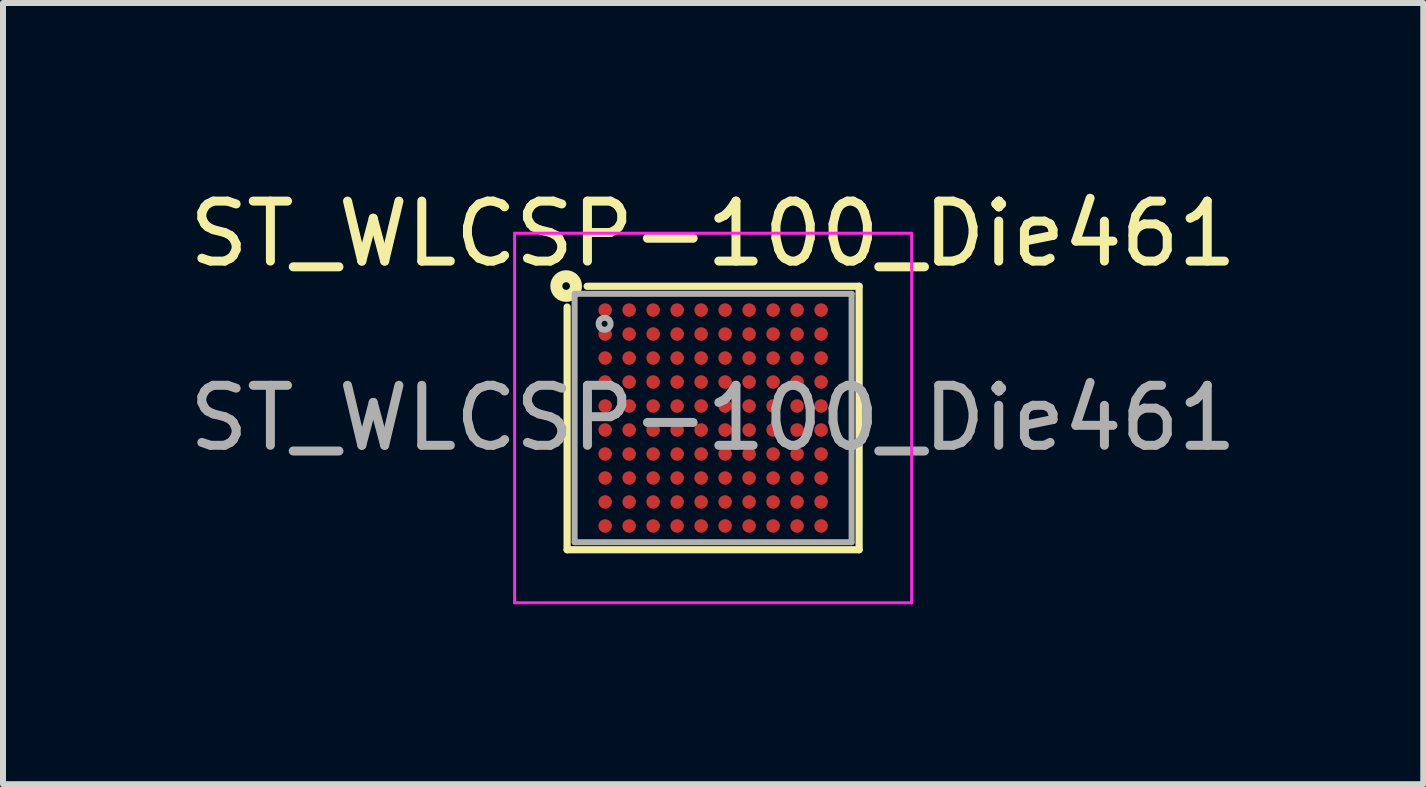
<source format=kicad_pcb>
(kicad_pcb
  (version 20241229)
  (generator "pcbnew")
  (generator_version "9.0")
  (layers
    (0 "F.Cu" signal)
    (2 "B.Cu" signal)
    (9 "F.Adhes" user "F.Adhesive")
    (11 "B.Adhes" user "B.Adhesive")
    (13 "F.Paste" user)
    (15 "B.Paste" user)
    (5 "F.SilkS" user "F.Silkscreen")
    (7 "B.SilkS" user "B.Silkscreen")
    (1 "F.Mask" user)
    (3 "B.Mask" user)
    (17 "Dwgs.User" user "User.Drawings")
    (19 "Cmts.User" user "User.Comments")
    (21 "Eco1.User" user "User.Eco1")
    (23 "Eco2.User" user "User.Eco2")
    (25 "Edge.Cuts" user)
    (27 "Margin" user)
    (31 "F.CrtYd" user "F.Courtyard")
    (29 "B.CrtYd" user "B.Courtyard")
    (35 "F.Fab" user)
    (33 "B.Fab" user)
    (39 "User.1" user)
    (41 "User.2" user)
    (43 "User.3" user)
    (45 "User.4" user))
  (footprint "ST_WLCSP-100_Die461"
    (layer "F.Cu")
    (at 8.839 3.919)
    (property "Reference" "ST_WLCSP-100_Die461" (at 0 -3.071 0) (layer "F.SilkS") (effects (font (size 1 1) (thickness 0.15))))
    (attr smd)
    (fp_line (start -2.434 2.196) (end -2.434 -1.85) (stroke (width 0.12) (type solid)) (layer "F.SilkS"))
    (fp_line (start -2.1 -2.196) (end 2.434 -2.196) (stroke (width 0.12) (type solid)) (layer "F.SilkS"))
    (fp_line (start 2.434 -2.196) (end 2.434 2.196) (stroke (width 0.12) (type solid)) (layer "F.SilkS"))
    (fp_line (start 2.434 2.196) (end -2.434 2.196) (stroke (width 0.12) (type solid)) (layer "F.SilkS"))
    (fp_circle (center -2.45 -2.2) (end -2.386 -2.2) (stroke (width 0.2) (type solid)) (fill no) (layer "F.SilkS"))
    (fp_line (start -3.31 -3.08) (end -3.31 3.08) (stroke (width 0.05) (type solid)) (layer "F.CrtYd"))
    (fp_line (start -3.31 3.08) (end 3.31 3.08) (stroke (width 0.05) (type solid)) (layer "F.CrtYd"))
    (fp_line (start 3.31 -3.08) (end -3.31 -3.08) (stroke (width 0.05) (type solid)) (layer "F.CrtYd"))
    (fp_line (start 3.31 3.08) (end 3.31 -3.08) (stroke (width 0.05) (type solid)) (layer "F.CrtYd"))
    (fp_line (start -2.309 2.071) (end -2.309 -2.07) (stroke (width 0.1) (type solid)) (layer "F.Fab"))
    (fp_line (start -2.3 -2.071) (end 2.309 -2.071) (stroke (width 0.1) (type solid)) (layer "F.Fab"))
    (fp_line (start 2.309 -2.071) (end 2.309 2.071) (stroke (width 0.1) (type solid)) (layer "F.Fab"))
    (fp_line (start 2.309 2.071) (end -2.309 2.071) (stroke (width 0.1) (type solid)) (layer "F.Fab"))
    (fp_circle (center -1.809 -1.571) (end -1.709 -1.571) (stroke (width 0.1) (type solid)) (fill no) (layer "F.Fab"))
    (fp_text user "${REFERENCE}" (at 0 0 0) (layer "F.Fab") (effects (font (size 1 1) (thickness 0.15))))
    (pad "A1" smd circle (at -1.8 -1.8) (size 0.225 0.225) (layers "F.Cu" "F.Mask" "F.Paste"))
    (pad "A2" smd circle (at -1.4 -1.8) (size 0.225 0.225) (layers "F.Cu" "F.Mask" "F.Paste"))
    (pad "A3" smd circle (at -1 -1.8) (size 0.225 0.225) (layers "F.Cu" "F.Mask" "F.Paste"))
    (pad "A4" smd circle (at -0.6 -1.8) (size 0.225 0.225) (layers "F.Cu" "F.Mask" "F.Paste"))
    (pad "A5" smd circle (at -0.2 -1.8) (size 0.225 0.225) (layers "F.Cu" "F.Mask" "F.Paste"))
    (pad "A6" smd circle (at 0.2 -1.8) (size 0.225 0.225) (layers "F.Cu" "F.Mask" "F.Paste"))
    (pad "A7" smd circle (at 0.6 -1.8) (size 0.225 0.225) (layers "F.Cu" "F.Mask" "F.Paste"))
    (pad "A8" smd circle (at 1 -1.8) (size 0.225 0.225) (layers "F.Cu" "F.Mask" "F.Paste"))
    (pad "A9" smd circle (at 1.4 -1.8) (size 0.225 0.225) (layers "F.Cu" "F.Mask" "F.Paste"))
    (pad "A10" smd circle (at 1.8 -1.8) (size 0.225 0.225) (layers "F.Cu" "F.Mask" "F.Paste"))
    (pad "B1" smd circle (at -1.8 -1.4) (size 0.225 0.225) (layers "F.Cu" "F.Mask" "F.Paste"))
    (pad "B2" smd circle (at -1.4 -1.4) (size 0.225 0.225) (layers "F.Cu" "F.Mask" "F.Paste"))
    (pad "B3" smd circle (at -1 -1.4) (size 0.225 0.225) (layers "F.Cu" "F.Mask" "F.Paste"))
    (pad "B4" smd circle (at -0.6 -1.4) (size 0.225 0.225) (layers "F.Cu" "F.Mask" "F.Paste"))
    (pad "B5" smd circle (at -0.2 -1.4) (size 0.225 0.225) (layers "F.Cu" "F.Mask" "F.Paste"))
    (pad "B6" smd circle (at 0.2 -1.4) (size 0.225 0.225) (layers "F.Cu" "F.Mask" "F.Paste"))
    (pad "B7" smd circle (at 0.6 -1.4) (size 0.225 0.225) (layers "F.Cu" "F.Mask" "F.Paste"))
    (pad "B8" smd circle (at 1 -1.4) (size 0.225 0.225) (layers "F.Cu" "F.Mask" "F.Paste"))
    (pad "B9" smd circle (at 1.4 -1.4) (size 0.225 0.225) (layers "F.Cu" "F.Mask" "F.Paste"))
    (pad "B10" smd circle (at 1.8 -1.4) (size 0.225 0.225) (layers "F.Cu" "F.Mask" "F.Paste"))
    (pad "C1" smd circle (at -1.8 -1) (size 0.225 0.225) (layers "F.Cu" "F.Mask" "F.Paste"))
    (pad "C2" smd circle (at -1.4 -1) (size 0.225 0.225) (layers "F.Cu" "F.Mask" "F.Paste"))
    (pad "C3" smd circle (at -1 -1) (size 0.225 0.225) (layers "F.Cu" "F.Mask" "F.Paste"))
    (pad "C4" smd circle (at -0.6 -1) (size 0.225 0.225) (layers "F.Cu" "F.Mask" "F.Paste"))
    (pad "C5" smd circle (at -0.2 -1) (size 0.225 0.225) (layers "F.Cu" "F.Mask" "F.Paste"))
    (pad "C6" smd circle (at 0.2 -1) (size 0.225 0.225) (layers "F.Cu" "F.Mask" "F.Paste"))
    (pad "C7" smd circle (at 0.6 -1) (size 0.225 0.225) (layers "F.Cu" "F.Mask" "F.Paste"))
    (pad "C8" smd circle (at 1 -1) (size 0.225 0.225) (layers "F.Cu" "F.Mask" "F.Paste"))
    (pad "C9" smd circle (at 1.4 -1) (size 0.225 0.225) (layers "F.Cu" "F.Mask" "F.Paste"))
    (pad "C10" smd circle (at 1.8 -1) (size 0.225 0.225) (layers "F.Cu" "F.Mask" "F.Paste"))
    (pad "D1" smd circle (at -1.8 -0.6) (size 0.225 0.225) (layers "F.Cu" "F.Mask" "F.Paste"))
    (pad "D2" smd circle (at -1.4 -0.6) (size 0.225 0.225) (layers "F.Cu" "F.Mask" "F.Paste"))
    (pad "D3" smd circle (at -1 -0.6) (size 0.225 0.225) (layers "F.Cu" "F.Mask" "F.Paste"))
    (pad "D4" smd circle (at -0.6 -0.6) (size 0.225 0.225) (layers "F.Cu" "F.Mask" "F.Paste"))
    (pad "D5" smd circle (at -0.2 -0.6) (size 0.225 0.225) (layers "F.Cu" "F.Mask" "F.Paste"))
    (pad "D6" smd circle (at 0.2 -0.6) (size 0.225 0.225) (layers "F.Cu" "F.Mask" "F.Paste"))
    (pad "D7" smd circle (at 0.6 -0.6) (size 0.225 0.225) (layers "F.Cu" "F.Mask" "F.Paste"))
    (pad "D8" smd circle (at 1 -0.6) (size 0.225 0.225) (layers "F.Cu" "F.Mask" "F.Paste"))
    (pad "D9" smd circle (at 1.4 -0.6) (size 0.225 0.225) (layers "F.Cu" "F.Mask" "F.Paste"))
    (pad "D10" smd circle (at 1.8 -0.6) (size 0.225 0.225) (layers "F.Cu" "F.Mask" "F.Paste"))
    (pad "E1" smd circle (at -1.8 -0.2) (size 0.225 0.225) (layers "F.Cu" "F.Mask" "F.Paste"))
    (pad "E2" smd circle (at -1.4 -0.2) (size 0.225 0.225) (layers "F.Cu" "F.Mask" "F.Paste"))
    (pad "E3" smd circle (at -1 -0.2) (size 0.225 0.225) (layers "F.Cu" "F.Mask" "F.Paste"))
    (pad "E4" smd circle (at -0.6 -0.2) (size 0.225 0.225) (layers "F.Cu" "F.Mask" "F.Paste"))
    (pad "E5" smd circle (at -0.2 -0.2) (size 0.225 0.225) (layers "F.Cu" "F.Mask" "F.Paste"))
    (pad "E6" smd circle (at 0.2 -0.2) (size 0.225 0.225) (layers "F.Cu" "F.Mask" "F.Paste"))
    (pad "E7" smd circle (at 0.6 -0.2) (size 0.225 0.225) (layers "F.Cu" "F.Mask" "F.Paste"))
    (pad "E8" smd circle (at 1 -0.2) (size 0.225 0.225) (layers "F.Cu" "F.Mask" "F.Paste"))
    (pad "E9" smd circle (at 1.4 -0.2) (size 0.225 0.225) (layers "F.Cu" "F.Mask" "F.Paste"))
    (pad "E10" smd circle (at 1.8 -0.2) (size 0.225 0.225) (layers "F.Cu" "F.Mask" "F.Paste"))
    (pad "F1" smd circle (at -1.8 0.2) (size 0.225 0.225) (layers "F.Cu" "F.Mask" "F.Paste"))
    (pad "F2" smd circle (at -1.4 0.2) (size 0.225 0.225) (layers "F.Cu" "F.Mask" "F.Paste"))
    (pad "F3" smd circle (at -1 0.2) (size 0.225 0.225) (layers "F.Cu" "F.Mask" "F.Paste"))
    (pad "F4" smd circle (at -0.6 0.2) (size 0.225 0.225) (layers "F.Cu" "F.Mask" "F.Paste"))
    (pad "F5" smd circle (at -0.2 0.2) (size 0.225 0.225) (layers "F.Cu" "F.Mask" "F.Paste"))
    (pad "F6" smd circle (at 0.2 0.2) (size 0.225 0.225) (layers "F.Cu" "F.Mask" "F.Paste"))
    (pad "F7" smd circle (at 0.6 0.2) (size 0.225 0.225) (layers "F.Cu" "F.Mask" "F.Paste"))
    (pad "F8" smd circle (at 1 0.2) (size 0.225 0.225) (layers "F.Cu" "F.Mask" "F.Paste"))
    (pad "F9" smd circle (at 1.4 0.2) (size 0.225 0.225) (layers "F.Cu" "F.Mask" "F.Paste"))
    (pad "F10" smd circle (at 1.8 0.2) (size 0.225 0.225) (layers "F.Cu" "F.Mask" "F.Paste"))
    (pad "G1" smd circle (at -1.8 0.6) (size 0.225 0.225) (layers "F.Cu" "F.Mask" "F.Paste"))
    (pad "G2" smd circle (at -1.4 0.6) (size 0.225 0.225) (layers "F.Cu" "F.Mask" "F.Paste"))
    (pad "G3" smd circle (at -1 0.6) (size 0.225 0.225) (layers "F.Cu" "F.Mask" "F.Paste"))
    (pad "G4" smd circle (at -0.6 0.6) (size 0.225 0.225) (layers "F.Cu" "F.Mask" "F.Paste"))
    (pad "G5" smd circle (at -0.2 0.6) (size 0.225 0.225) (layers "F.Cu" "F.Mask" "F.Paste"))
    (pad "G6" smd circle (at 0.2 0.6) (size 0.225 0.225) (layers "F.Cu" "F.Mask" "F.Paste"))
    (pad "G7" smd circle (at 0.6 0.6) (size 0.225 0.225) (layers "F.Cu" "F.Mask" "F.Paste"))
    (pad "G8" smd circle (at 1 0.6) (size 0.225 0.225) (layers "F.Cu" "F.Mask" "F.Paste"))
    (pad "G9" smd circle (at 1.4 0.6) (size 0.225 0.225) (layers "F.Cu" "F.Mask" "F.Paste"))
    (pad "G10" smd circle (at 1.8 0.6) (size 0.225 0.225) (layers "F.Cu" "F.Mask" "F.Paste"))
    (pad "H1" smd circle (at -1.8 1) (size 0.225 0.225) (layers "F.Cu" "F.Mask" "F.Paste"))
    (pad "H2" smd circle (at -1.4 1) (size 0.225 0.225) (layers "F.Cu" "F.Mask" "F.Paste"))
    (pad "H3" smd circle (at -1 1) (size 0.225 0.225) (layers "F.Cu" "F.Mask" "F.Paste"))
    (pad "H4" smd circle (at -0.6 1) (size 0.225 0.225) (layers "F.Cu" "F.Mask" "F.Paste"))
    (pad "H5" smd circle (at -0.2 1) (size 0.225 0.225) (layers "F.Cu" "F.Mask" "F.Paste"))
    (pad "H6" smd circle (at 0.2 1) (size 0.225 0.225) (layers "F.Cu" "F.Mask" "F.Paste"))
    (pad "H7" smd circle (at 0.6 1) (size 0.225 0.225) (layers "F.Cu" "F.Mask" "F.Paste"))
    (pad "H8" smd circle (at 1 1) (size 0.225 0.225) (layers "F.Cu" "F.Mask" "F.Paste"))
    (pad "H9" smd circle (at 1.4 1) (size 0.225 0.225) (layers "F.Cu" "F.Mask" "F.Paste"))
    (pad "H10" smd circle (at 1.8 1) (size 0.225 0.225) (layers "F.Cu" "F.Mask" "F.Paste"))
    (pad "J1" smd circle (at -1.8 1.4) (size 0.225 0.225) (layers "F.Cu" "F.Mask" "F.Paste"))
    (pad "J2" smd circle (at -1.4 1.4) (size 0.225 0.225) (layers "F.Cu" "F.Mask" "F.Paste"))
    (pad "J3" smd circle (at -1 1.4) (size 0.225 0.225) (layers "F.Cu" "F.Mask" "F.Paste"))
    (pad "J4" smd circle (at -0.6 1.4) (size 0.225 0.225) (layers "F.Cu" "F.Mask" "F.Paste"))
    (pad "J5" smd circle (at -0.2 1.4) (size 0.225 0.225) (layers "F.Cu" "F.Mask" "F.Paste"))
    (pad "J6" smd circle (at 0.2 1.4) (size 0.225 0.225) (layers "F.Cu" "F.Mask" "F.Paste"))
    (pad "J7" smd circle (at 0.6 1.4) (size 0.225 0.225) (layers "F.Cu" "F.Mask" "F.Paste"))
    (pad "J8" smd circle (at 1 1.4) (size 0.225 0.225) (layers "F.Cu" "F.Mask" "F.Paste"))
    (pad "J9" smd circle (at 1.4 1.4) (size 0.225 0.225) (layers "F.Cu" "F.Mask" "F.Paste"))
    (pad "J10" smd circle (at 1.8 1.4) (size 0.225 0.225) (layers "F.Cu" "F.Mask" "F.Paste"))
    (pad "K1" smd circle (at -1.8 1.8) (size 0.225 0.225) (layers "F.Cu" "F.Mask" "F.Paste"))
    (pad "K2" smd circle (at -1.4 1.8) (size 0.225 0.225) (layers "F.Cu" "F.Mask" "F.Paste"))
    (pad "K3" smd circle (at -1 1.8) (size 0.225 0.225) (layers "F.Cu" "F.Mask" "F.Paste"))
    (pad "K4" smd circle (at -0.6 1.8) (size 0.225 0.225) (layers "F.Cu" "F.Mask" "F.Paste"))
    (pad "K5" smd circle (at -0.2 1.8) (size 0.225 0.225) (layers "F.Cu" "F.Mask" "F.Paste"))
    (pad "K6" smd circle (at 0.2 1.8) (size 0.225 0.225) (layers "F.Cu" "F.Mask" "F.Paste"))
    (pad "K7" smd circle (at 0.6 1.8) (size 0.225 0.225) (layers "F.Cu" "F.Mask" "F.Paste"))
    (pad "K8" smd circle (at 1 1.8) (size 0.225 0.225) (layers "F.Cu" "F.Mask" "F.Paste"))
    (pad "K9" smd circle (at 1.4 1.8) (size 0.225 0.225) (layers "F.Cu" "F.Mask" "F.Paste"))
    (pad "K10" smd circle (at 1.8 1.8) (size 0.225 0.225) (layers "F.Cu" "F.Mask" "F.Paste")))
  (gr_rect
    (start -3 -3)
    (end 20.679 10.024)
    (stroke (width 0.1) (type default))
    (fill no)
    (layer "Edge.Cuts")))
</source>
